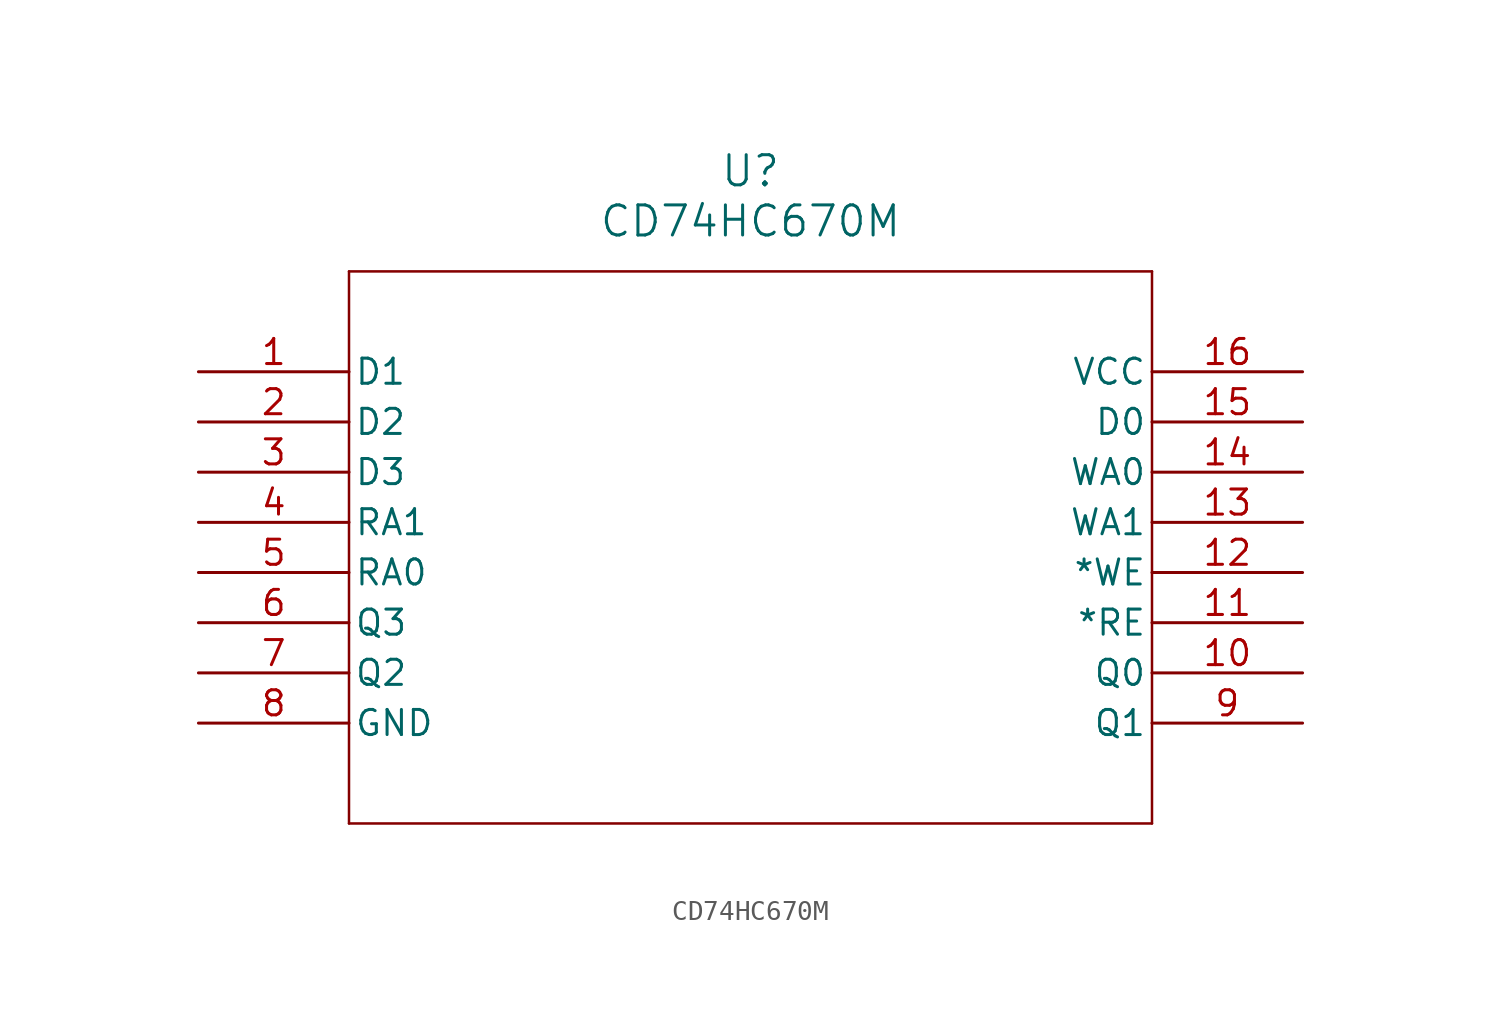
<source format=kicad_sym>
(kicad_symbol_lib
  (version 20211014)
  (generator kicad_symbol_editor)
  (symbol "CD74HC670M"
    (pin_names
      (offset 0.254))
    (property "Reference" "U"
      (at 27.94 10.16 0)
      (effects (font (size 1.524 1.524))))
    (property "Value" "CD74HC670M"
      (at 27.94 7.62 0)
      (effects (font (size 1.524 1.524))))
    (symbol "CD74HC670M_0_1"
      (polyline (pts (xy 7.62 5.08) (xy 7.62 -22.86)) (stroke (width 0.127) (type default) (color 0 0 0 0)) (fill (type none)))
      (polyline (pts (xy 7.62 -22.86) (xy 48.26 -22.86)) (stroke (width 0.127) (type default) (color 0 0 0 0)) (fill (type none)))
      (polyline (pts (xy 48.26 -22.86) (xy 48.26 5.08)) (stroke (width 0.127) (type default) (color 0 0 0 0)) (fill (type none)))
      (polyline (pts (xy 48.26 5.08) (xy 7.62 5.08)) (stroke (width 0.127) (type default) (color 0 0 0 0)) (fill (type none)))
      (pin input line (at 0 0 0) (length 7.62) (name "D1" (effects (font (size 1.27 1.27)))) (number "1" (effects (font (size 1.27 1.27)))))
      (pin input line (at 0 -2.54 0) (length 7.62) (name "D2" (effects (font (size 1.27 1.27)))) (number "2" (effects (font (size 1.27 1.27)))))
      (pin input line (at 0 -5.08 0) (length 7.62) (name "D3" (effects (font (size 1.27 1.27)))) (number "3" (effects (font (size 1.27 1.27)))))
      (pin input line (at 0 -7.62 0) (length 7.62) (name "RA1" (effects (font (size 1.27 1.27)))) (number "4" (effects (font (size 1.27 1.27)))))
      (pin input line (at 0 -10.16 0) (length 7.62) (name "RA0" (effects (font (size 1.27 1.27)))) (number "5" (effects (font (size 1.27 1.27)))))
      (pin output line (at 0 -12.7 0) (length 7.62) (name "Q3" (effects (font (size 1.27 1.27)))) (number "6" (effects (font (size 1.27 1.27)))))
      (pin output line (at 0 -15.24 0) (length 7.62) (name "Q2" (effects (font (size 1.27 1.27)))) (number "7" (effects (font (size 1.27 1.27)))))
      (pin power_in line (at 0 -17.78 0) (length 7.62) (name "GND" (effects (font (size 1.27 1.27)))) (number "8" (effects (font (size 1.27 1.27)))))
      (pin output line (at 55.88 -17.78 180) (length 7.62) (name "Q1" (effects (font (size 1.27 1.27)))) (number "9" (effects (font (size 1.27 1.27)))))
      (pin output line (at 55.88 -15.24 180) (length 7.62) (name "Q0" (effects (font (size 1.27 1.27)))) (number "10" (effects (font (size 1.27 1.27)))))
      (pin input line (at 55.88 -12.7 180) (length 7.62) (name "*RE" (effects (font (size 1.27 1.27)))) (number "11" (effects (font (size 1.27 1.27)))))
      (pin input line (at 55.88 -10.16 180) (length 7.62) (name "*WE" (effects (font (size 1.27 1.27)))) (number "12" (effects (font (size 1.27 1.27)))))
      (pin input line (at 55.88 -7.62 180) (length 7.62) (name "WA1" (effects (font (size 1.27 1.27)))) (number "13" (effects (font (size 1.27 1.27)))))
      (pin input line (at 55.88 -5.08 180) (length 7.62) (name "WA0" (effects (font (size 1.27 1.27)))) (number "14" (effects (font (size 1.27 1.27)))))
      (pin input line (at 55.88 -2.54 180) (length 7.62) (name "D0" (effects (font (size 1.27 1.27)))) (number "15" (effects (font (size 1.27 1.27)))))
      (pin power_in line (at 55.88 0 180) (length 7.62) (name "VCC" (effects (font (size 1.27 1.27)))) (number "16" (effects (font (size 1.27 1.27))))))))
</source>
